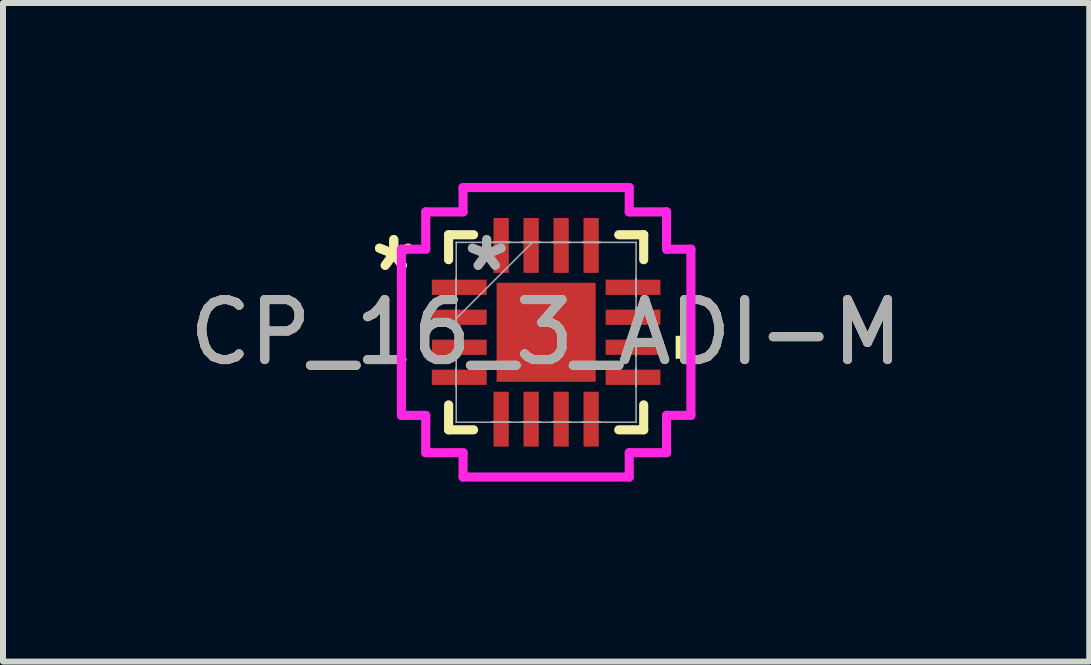
<source format=kicad_pcb>
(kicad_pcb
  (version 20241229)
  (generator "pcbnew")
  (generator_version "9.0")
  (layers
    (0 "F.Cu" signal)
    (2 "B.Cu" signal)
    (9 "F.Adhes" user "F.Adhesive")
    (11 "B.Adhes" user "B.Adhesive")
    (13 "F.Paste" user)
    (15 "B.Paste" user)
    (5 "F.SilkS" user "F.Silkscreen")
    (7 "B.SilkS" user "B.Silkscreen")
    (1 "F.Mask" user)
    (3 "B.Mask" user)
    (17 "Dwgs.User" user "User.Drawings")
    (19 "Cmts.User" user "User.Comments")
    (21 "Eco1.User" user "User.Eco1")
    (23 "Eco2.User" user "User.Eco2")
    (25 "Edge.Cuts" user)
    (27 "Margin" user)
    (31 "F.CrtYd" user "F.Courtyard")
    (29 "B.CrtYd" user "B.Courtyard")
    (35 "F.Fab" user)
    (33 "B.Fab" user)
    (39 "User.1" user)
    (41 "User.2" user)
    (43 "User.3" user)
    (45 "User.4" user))
  (footprint "CP_16_3_ADI-M"
    (layer "F.Cu")
    (at 6.054 2.489)
    (property "Reference" "CP_16_3_ADI-M" (at 0 0 0) (unlocked yes) (layer "F.SilkS") (effects (font (size 1 1) (thickness 0.15))))
    (attr smd)
    (fp_line (start -1.626 -1.626) (end -1.626 -1.21) (stroke (width 0.152) (type solid)) (layer "F.SilkS"))
    (fp_line (start -1.626 1.21) (end -1.626 1.626) (stroke (width 0.152) (type solid)) (layer "F.SilkS"))
    (fp_line (start -1.626 1.626) (end -1.21 1.626) (stroke (width 0.152) (type solid)) (layer "F.SilkS"))
    (fp_line (start -1.21 -1.626) (end -1.626 -1.626) (stroke (width 0.152) (type solid)) (layer "F.SilkS"))
    (fp_line (start 1.21 1.626) (end 1.626 1.626) (stroke (width 0.152) (type solid)) (layer "F.SilkS"))
    (fp_line (start 1.626 -1.626) (end 1.21 -1.626) (stroke (width 0.152) (type solid)) (layer "F.SilkS"))
    (fp_line (start 1.626 -1.21) (end 1.626 -1.626) (stroke (width 0.152) (type solid)) (layer "F.SilkS"))
    (fp_line (start 1.626 1.626) (end 1.626 1.21) (stroke (width 0.152) (type solid)) (layer "F.SilkS"))
    (fp_poly (pts (xy 2.413 0.059) (xy 2.413 0.441) (xy 2.159 0.441) (xy 2.159 0.059)) (stroke (width 0) (type solid)) (fill yes) (layer "F.SilkS"))
    (fp_line (start -2.413 -1.385) (end -2.007 -1.385) (stroke (width 0.152) (type solid)) (layer "F.CrtYd"))
    (fp_line (start -2.413 1.385) (end -2.413 -1.385) (stroke (width 0.152) (type solid)) (layer "F.CrtYd"))
    (fp_line (start -2.007 -2.007) (end -1.385 -2.007) (stroke (width 0.152) (type solid)) (layer "F.CrtYd"))
    (fp_line (start -2.007 -1.385) (end -2.007 -2.007) (stroke (width 0.152) (type solid)) (layer "F.CrtYd"))
    (fp_line (start -2.007 1.385) (end -2.413 1.385) (stroke (width 0.152) (type solid)) (layer "F.CrtYd"))
    (fp_line (start -2.007 2.007) (end -2.007 1.385) (stroke (width 0.152) (type solid)) (layer "F.CrtYd"))
    (fp_line (start -1.385 -2.413) (end 1.385 -2.413) (stroke (width 0.152) (type solid)) (layer "F.CrtYd"))
    (fp_line (start -1.385 -2.007) (end -1.385 -2.413) (stroke (width 0.152) (type solid)) (layer "F.CrtYd"))
    (fp_line (start -1.385 2.007) (end -2.007 2.007) (stroke (width 0.152) (type solid)) (layer "F.CrtYd"))
    (fp_line (start -1.385 2.413) (end -1.385 2.007) (stroke (width 0.152) (type solid)) (layer "F.CrtYd"))
    (fp_line (start 1.385 -2.413) (end 1.385 -2.007) (stroke (width 0.152) (type solid)) (layer "F.CrtYd"))
    (fp_line (start 1.385 -2.007) (end 2.007 -2.007) (stroke (width 0.152) (type solid)) (layer "F.CrtYd"))
    (fp_line (start 1.385 2.007) (end 1.385 2.413) (stroke (width 0.152) (type solid)) (layer "F.CrtYd"))
    (fp_line (start 1.385 2.413) (end -1.385 2.413) (stroke (width 0.152) (type solid)) (layer "F.CrtYd"))
    (fp_line (start 2.007 -2.007) (end 2.007 -1.385) (stroke (width 0.152) (type solid)) (layer "F.CrtYd"))
    (fp_line (start 2.007 -1.385) (end 2.413 -1.385) (stroke (width 0.152) (type solid)) (layer "F.CrtYd"))
    (fp_line (start 2.007 1.385) (end 2.007 2.007) (stroke (width 0.152) (type solid)) (layer "F.CrtYd"))
    (fp_line (start 2.007 2.007) (end 1.385 2.007) (stroke (width 0.152) (type solid)) (layer "F.CrtYd"))
    (fp_line (start 2.413 -1.385) (end 2.413 1.385) (stroke (width 0.152) (type solid)) (layer "F.CrtYd"))
    (fp_line (start 2.413 1.385) (end 2.007 1.385) (stroke (width 0.152) (type solid)) (layer "F.CrtYd"))
    (fp_line (start -1.499 -1.499) (end -1.499 -1.499) (stroke (width 0.025) (type solid)) (layer "F.Fab"))
    (fp_line (start -1.499 -1.499) (end -1.499 1.499) (stroke (width 0.025) (type solid)) (layer "F.Fab"))
    (fp_line (start -1.499 -0.902) (end -1.499 -0.902) (stroke (width 0.025) (type solid)) (layer "F.Fab"))
    (fp_line (start -1.499 -0.902) (end -1.499 -0.598) (stroke (width 0.025) (type solid)) (layer "F.Fab"))
    (fp_line (start -1.499 -0.598) (end -1.499 -0.902) (stroke (width 0.025) (type solid)) (layer "F.Fab"))
    (fp_line (start -1.499 -0.598) (end -1.499 -0.598) (stroke (width 0.025) (type solid)) (layer "F.Fab"))
    (fp_line (start -1.499 -0.402) (end -1.499 -0.402) (stroke (width 0.025) (type solid)) (layer "F.Fab"))
    (fp_line (start -1.499 -0.402) (end -1.499 -0.098) (stroke (width 0.025) (type solid)) (layer "F.Fab"))
    (fp_line (start -1.499 -0.229) (end -0.229 -1.499) (stroke (width 0.025) (type solid)) (layer "F.Fab"))
    (fp_line (start -1.499 -0.098) (end -1.499 -0.402) (stroke (width 0.025) (type solid)) (layer "F.Fab"))
    (fp_line (start -1.499 -0.098) (end -1.499 -0.098) (stroke (width 0.025) (type solid)) (layer "F.Fab"))
    (fp_line (start -1.499 0.098) (end -1.499 0.098) (stroke (width 0.025) (type solid)) (layer "F.Fab"))
    (fp_line (start -1.499 0.098) (end -1.499 0.402) (stroke (width 0.025) (type solid)) (layer "F.Fab"))
    (fp_line (start -1.499 0.402) (end -1.499 0.098) (stroke (width 0.025) (type solid)) (layer "F.Fab"))
    (fp_line (start -1.499 0.402) (end -1.499 0.402) (stroke (width 0.025) (type solid)) (layer "F.Fab"))
    (fp_line (start -1.499 0.598) (end -1.499 0.598) (stroke (width 0.025) (type solid)) (layer "F.Fab"))
    (fp_line (start -1.499 0.598) (end -1.499 0.902) (stroke (width 0.025) (type solid)) (layer "F.Fab"))
    (fp_line (start -1.499 0.902) (end -1.499 0.598) (stroke (width 0.025) (type solid)) (layer "F.Fab"))
    (fp_line (start -1.499 0.902) (end -1.499 0.902) (stroke (width 0.025) (type solid)) (layer "F.Fab"))
    (fp_line (start -1.499 1.499) (end -1.499 1.499) (stroke (width 0.025) (type solid)) (layer "F.Fab"))
    (fp_line (start -1.499 1.499) (end 1.499 1.499) (stroke (width 0.025) (type solid)) (layer "F.Fab"))
    (fp_line (start -0.902 -1.499) (end -0.902 -1.499) (stroke (width 0.025) (type solid)) (layer "F.Fab"))
    (fp_line (start -0.902 -1.499) (end -0.598 -1.499) (stroke (width 0.025) (type solid)) (layer "F.Fab"))
    (fp_line (start -0.902 1.499) (end -0.902 1.499) (stroke (width 0.025) (type solid)) (layer "F.Fab"))
    (fp_line (start -0.902 1.499) (end -0.598 1.499) (stroke (width 0.025) (type solid)) (layer "F.Fab"))
    (fp_line (start -0.598 -1.499) (end -0.902 -1.499) (stroke (width 0.025) (type solid)) (layer "F.Fab"))
    (fp_line (start -0.598 -1.499) (end -0.598 -1.499) (stroke (width 0.025) (type solid)) (layer "F.Fab"))
    (fp_line (start -0.598 1.499) (end -0.902 1.499) (stroke (width 0.025) (type solid)) (layer "F.Fab"))
    (fp_line (start -0.598 1.499) (end -0.598 1.499) (stroke (width 0.025) (type solid)) (layer "F.Fab"))
    (fp_line (start -0.402 -1.499) (end -0.402 -1.499) (stroke (width 0.025) (type solid)) (layer "F.Fab"))
    (fp_line (start -0.402 -1.499) (end -0.098 -1.499) (stroke (width 0.025) (type solid)) (layer "F.Fab"))
    (fp_line (start -0.402 1.499) (end -0.402 1.499) (stroke (width 0.025) (type solid)) (layer "F.Fab"))
    (fp_line (start -0.402 1.499) (end -0.098 1.499) (stroke (width 0.025) (type solid)) (layer "F.Fab"))
    (fp_line (start -0.098 -1.499) (end -0.402 -1.499) (stroke (width 0.025) (type solid)) (layer "F.Fab"))
    (fp_line (start -0.098 -1.499) (end -0.098 -1.499) (stroke (width 0.025) (type solid)) (layer "F.Fab"))
    (fp_line (start -0.098 1.499) (end -0.402 1.499) (stroke (width 0.025) (type solid)) (layer "F.Fab"))
    (fp_line (start -0.098 1.499) (end -0.098 1.499) (stroke (width 0.025) (type solid)) (layer "F.Fab"))
    (fp_line (start 0.098 -1.499) (end 0.098 -1.499) (stroke (width 0.025) (type solid)) (layer "F.Fab"))
    (fp_line (start 0.098 -1.499) (end 0.402 -1.499) (stroke (width 0.025) (type solid)) (layer "F.Fab"))
    (fp_line (start 0.098 1.499) (end 0.098 1.499) (stroke (width 0.025) (type solid)) (layer "F.Fab"))
    (fp_line (start 0.098 1.499) (end 0.402 1.499) (stroke (width 0.025) (type solid)) (layer "F.Fab"))
    (fp_line (start 0.402 -1.499) (end 0.098 -1.499) (stroke (width 0.025) (type solid)) (layer "F.Fab"))
    (fp_line (start 0.402 -1.499) (end 0.402 -1.499) (stroke (width 0.025) (type solid)) (layer "F.Fab"))
    (fp_line (start 0.402 1.499) (end 0.098 1.499) (stroke (width 0.025) (type solid)) (layer "F.Fab"))
    (fp_line (start 0.402 1.499) (end 0.402 1.499) (stroke (width 0.025) (type solid)) (layer "F.Fab"))
    (fp_line (start 0.598 -1.499) (end 0.598 -1.499) (stroke (width 0.025) (type solid)) (layer "F.Fab"))
    (fp_line (start 0.598 -1.499) (end 0.902 -1.499) (stroke (width 0.025) (type solid)) (layer "F.Fab"))
    (fp_line (start 0.598 1.499) (end 0.598 1.499) (stroke (width 0.025) (type solid)) (layer "F.Fab"))
    (fp_line (start 0.598 1.499) (end 0.902 1.499) (stroke (width 0.025) (type solid)) (layer "F.Fab"))
    (fp_line (start 0.902 -1.499) (end 0.598 -1.499) (stroke (width 0.025) (type solid)) (layer "F.Fab"))
    (fp_line (start 0.902 -1.499) (end 0.902 -1.499) (stroke (width 0.025) (type solid)) (layer "F.Fab"))
    (fp_line (start 0.902 1.499) (end 0.598 1.499) (stroke (width 0.025) (type solid)) (layer "F.Fab"))
    (fp_line (start 0.902 1.499) (end 0.902 1.499) (stroke (width 0.025) (type solid)) (layer "F.Fab"))
    (fp_line (start 1.499 -1.499) (end -1.499 -1.499) (stroke (width 0.025) (type solid)) (layer "F.Fab"))
    (fp_line (start 1.499 -1.499) (end 1.499 -1.499) (stroke (width 0.025) (type solid)) (layer "F.Fab"))
    (fp_line (start 1.499 -0.902) (end 1.499 -0.902) (stroke (width 0.025) (type solid)) (layer "F.Fab"))
    (fp_line (start 1.499 -0.902) (end 1.499 -0.598) (stroke (width 0.025) (type solid)) (layer "F.Fab"))
    (fp_line (start 1.499 -0.598) (end 1.499 -0.902) (stroke (width 0.025) (type solid)) (layer "F.Fab"))
    (fp_line (start 1.499 -0.598) (end 1.499 -0.598) (stroke (width 0.025) (type solid)) (layer "F.Fab"))
    (fp_line (start 1.499 -0.402) (end 1.499 -0.402) (stroke (width 0.025) (type solid)) (layer "F.Fab"))
    (fp_line (start 1.499 -0.402) (end 1.499 -0.098) (stroke (width 0.025) (type solid)) (layer "F.Fab"))
    (fp_line (start 1.499 -0.098) (end 1.499 -0.402) (stroke (width 0.025) (type solid)) (layer "F.Fab"))
    (fp_line (start 1.499 -0.098) (end 1.499 -0.098) (stroke (width 0.025) (type solid)) (layer "F.Fab"))
    (fp_line (start 1.499 0.098) (end 1.499 0.098) (stroke (width 0.025) (type solid)) (layer "F.Fab"))
    (fp_line (start 1.499 0.098) (end 1.499 0.402) (stroke (width 0.025) (type solid)) (layer "F.Fab"))
    (fp_line (start 1.499 0.402) (end 1.499 0.098) (stroke (width 0.025) (type solid)) (layer "F.Fab"))
    (fp_line (start 1.499 0.402) (end 1.499 0.402) (stroke (width 0.025) (type solid)) (layer "F.Fab"))
    (fp_line (start 1.499 0.598) (end 1.499 0.598) (stroke (width 0.025) (type solid)) (layer "F.Fab"))
    (fp_line (start 1.499 0.598) (end 1.499 0.902) (stroke (width 0.025) (type solid)) (layer "F.Fab"))
    (fp_line (start 1.499 0.902) (end 1.499 0.598) (stroke (width 0.025) (type solid)) (layer "F.Fab"))
    (fp_line (start 1.499 0.902) (end 1.499 0.902) (stroke (width 0.025) (type solid)) (layer "F.Fab"))
    (fp_line (start 1.499 1.499) (end 1.499 -1.499) (stroke (width 0.025) (type solid)) (layer "F.Fab"))
    (fp_line (start 1.499 1.499) (end 1.499 1.499) (stroke (width 0.025) (type solid)) (layer "F.Fab"))
    (fp_text user "*" (at -2.54 -1 0) (layer "F.SilkS") (effects (font (size 1 1) (thickness 0.15))))
    (fp_text user "*" (at -2.54 -1 0) (unlocked yes) (layer "F.SilkS") (effects (font (size 1 1) (thickness 0.15))))
    (fp_text user "${REFERENCE}" (at 0 0 0) (unlocked yes) (layer "F.Fab") (effects (font (size 1 1) (thickness 0.15))))
    (fp_text user "*" (at -0.991 -1 0) (unlocked yes) (layer "F.Fab") (effects (font (size 1 1) (thickness 0.15))))
    (fp_text user "*" (at -0.991 -1 0) (layer "F.Fab") (effects (font (size 1 1) (thickness 0.15))))
    (pad "1" smd rect (at -1.448 -0.75 90) (size 0.254 0.914) (layers "F.Cu" "F.Mask" "F.Paste"))
    (pad "2" smd rect (at -1.448 -0.25 90) (size 0.254 0.914) (layers "F.Cu" "F.Mask" "F.Paste"))
    (pad "3" smd rect (at -1.448 0.25 90) (size 0.254 0.914) (layers "F.Cu" "F.Mask" "F.Paste"))
    (pad "4" smd rect (at -1.448 0.75 90) (size 0.254 0.914) (layers "F.Cu" "F.Mask" "F.Paste"))
    (pad "5" smd rect (at -0.75 1.448) (size 0.254 0.914) (layers "F.Cu" "F.Mask" "F.Paste"))
    (pad "6" smd rect (at -0.25 1.448) (size 0.254 0.914) (layers "F.Cu" "F.Mask" "F.Paste"))
    (pad "7" smd rect (at 0.25 1.448) (size 0.254 0.914) (layers "F.Cu" "F.Mask" "F.Paste"))
    (pad "8" smd rect (at 0.75 1.448) (size 0.254 0.914) (layers "F.Cu" "F.Mask" "F.Paste"))
    (pad "9" smd rect (at 1.448 0.75 90) (size 0.254 0.914) (layers "F.Cu" "F.Mask" "F.Paste"))
    (pad "10" smd rect (at 1.448 0.25 90) (size 0.254 0.914) (layers "F.Cu" "F.Mask" "F.Paste"))
    (pad "11" smd rect (at 1.448 -0.25 90) (size 0.254 0.914) (layers "F.Cu" "F.Mask" "F.Paste"))
    (pad "12" smd rect (at 1.448 -0.75 90) (size 0.254 0.914) (layers "F.Cu" "F.Mask" "F.Paste"))
    (pad "13" smd rect (at 0.75 -1.448) (size 0.254 0.914) (layers "F.Cu" "F.Mask" "F.Paste"))
    (pad "14" smd rect (at 0.25 -1.448) (size 0.254 0.914) (layers "F.Cu" "F.Mask" "F.Paste"))
    (pad "15" smd rect (at -0.25 -1.448) (size 0.254 0.914) (layers "F.Cu" "F.Mask" "F.Paste"))
    (pad "16" smd rect (at -0.75 -1.448) (size 0.254 0.914) (layers "F.Cu" "F.Mask" "F.Paste"))
    (pad "17" smd rect (at 0 0) (size 1.651 1.651) (layers "F.Cu" "F.Mask" "F.Paste")))
  (gr_rect
    (start -3 -3)
    (end 15.107 7.978)
    (stroke (width 0.1) (type default))
    (fill no)
    (layer "Edge.Cuts")))
</source>
